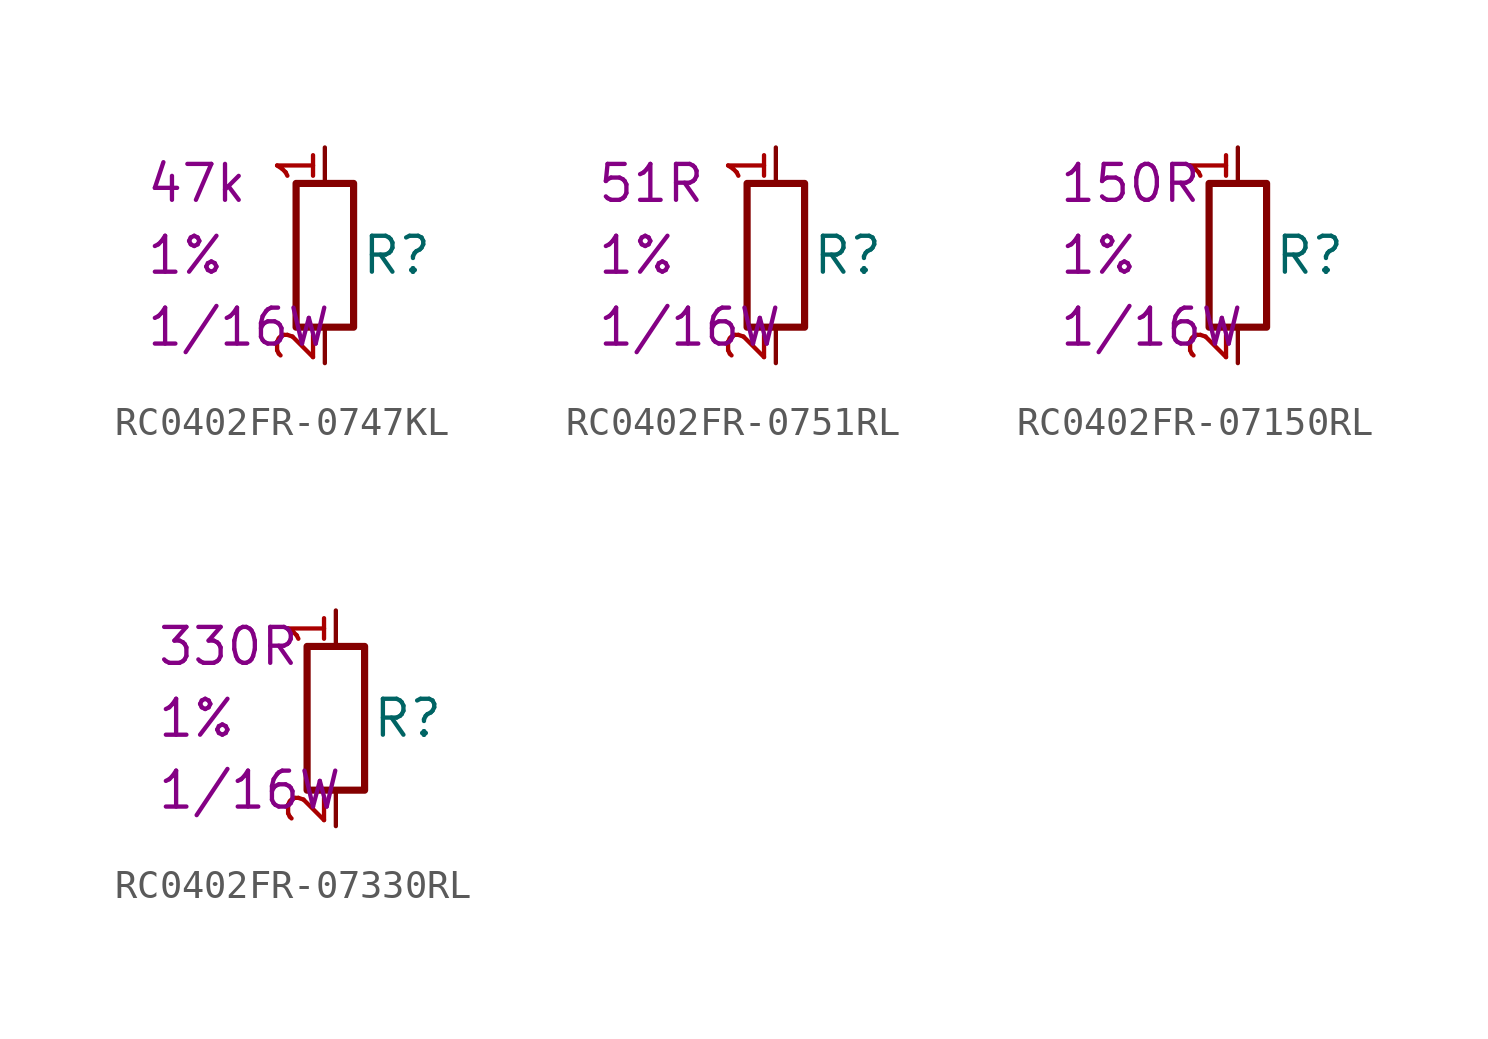
<source format=kicad_sym>
(kicad_symbol_lib
  (version 20231120)
  (generator "kicad_symbol_editor")
  (generator_version "8.0")
  (symbol "RC0402FR-0747KL"
    (property "Reference" "R"
      (at 2.54 0 0)
      (effects (font (size 1.27 1.27))))
    (property "Resistance" "47k"
      (at -6.35 2.54 0)
      (effects (font (size 1.27 1.27)) (justify left)))
    (property "Tolerance" "1%"
      (at -6.35 0 0)
      (effects (font (size 1.27 1.27)) (justify left)))
    (property "Power" "1/16W"
      (at -6.35 -2.54 0)
      (effects (font (size 1.27 1.27)) (justify left)))
    (symbol "RC0402FR-0747KL_0_1"
      (rectangle (start -1.016 -2.54) (end 1.016 2.54) (stroke (width 0.254) (type default)) (fill (type none))))
    (symbol "RC0402FR-0747KL_1_1"
      (pin unspecified line (at 0 3.81 270) (length 1.27) (name "~" (effects (font (size 1.27 1.27)))) (number "1" (effects (font (size 1.27 1.27)))))
      (pin unspecified line (at 0 -3.81 90) (length 1.27) (name "~" (effects (font (size 1.27 1.27)))) (number "2" (effects (font (size 1.27 1.27)))))))
  (symbol "RC0402FR-0751RL"
    (property "Reference" "R"
      (at 2.54 0 0)
      (effects (font (size 1.27 1.27))))
    (property "Resistance" "51R"
      (at -6.35 2.54 0)
      (effects (font (size 1.27 1.27)) (justify left)))
    (property "Tolerance" "1%"
      (at -6.35 0 0)
      (effects (font (size 1.27 1.27)) (justify left)))
    (property "Power" "1/16W"
      (at -6.35 -2.54 0)
      (effects (font (size 1.27 1.27)) (justify left)))
    (symbol "RC0402FR-0751RL_0_1"
      (rectangle (start -1.016 -2.54) (end 1.016 2.54) (stroke (width 0.254) (type default)) (fill (type none))))
    (symbol "RC0402FR-0751RL_1_1"
      (pin unspecified line (at 0 3.81 270) (length 1.27) (name "~" (effects (font (size 1.27 1.27)))) (number "1" (effects (font (size 1.27 1.27)))))
      (pin unspecified line (at 0 -3.81 90) (length 1.27) (name "~" (effects (font (size 1.27 1.27)))) (number "2" (effects (font (size 1.27 1.27)))))))
  (symbol "RC0402FR-07150RL"
    (property "Reference" "R"
      (at 2.54 0 0)
      (effects (font (size 1.27 1.27))))
    (property "Resistance" "150R"
      (at -6.35 2.54 0)
      (effects (font (size 1.27 1.27)) (justify left)))
    (property "Tolerance" "1%"
      (at -6.35 0 0)
      (effects (font (size 1.27 1.27)) (justify left)))
    (property "Power" "1/16W"
      (at -6.35 -2.54 0)
      (effects (font (size 1.27 1.27)) (justify left)))
    (symbol "RC0402FR-07150RL_0_1"
      (rectangle (start -1.016 -2.54) (end 1.016 2.54) (stroke (width 0.254) (type default)) (fill (type none))))
    (symbol "RC0402FR-07150RL_1_1"
      (pin unspecified line (at 0 3.81 270) (length 1.27) (name "~" (effects (font (size 1.27 1.27)))) (number "1" (effects (font (size 1.27 1.27)))))
      (pin unspecified line (at 0 -3.81 90) (length 1.27) (name "~" (effects (font (size 1.27 1.27)))) (number "2" (effects (font (size 1.27 1.27)))))))
  (symbol "RC0402FR-07330RL"
    (property "Reference" "R"
      (at 2.54 0 0)
      (effects (font (size 1.27 1.27))))
    (property "Resistance" "330R"
      (at -6.35 2.54 0)
      (effects (font (size 1.27 1.27)) (justify left)))
    (property "Tolerance" "1%"
      (at -6.35 0 0)
      (effects (font (size 1.27 1.27)) (justify left)))
    (property "Power" "1/16W"
      (at -6.35 -2.54 0)
      (effects (font (size 1.27 1.27)) (justify left)))
    (symbol "RC0402FR-07330RL_0_1"
      (rectangle (start -1.016 -2.54) (end 1.016 2.54) (stroke (width 0.254) (type default)) (fill (type none))))
    (symbol "RC0402FR-07330RL_1_1"
      (pin unspecified line (at 0 3.81 270) (length 1.27) (name "~" (effects (font (size 1.27 1.27)))) (number "1" (effects (font (size 1.27 1.27)))))
      (pin unspecified line (at 0 -3.81 90) (length 1.27) (name "~" (effects (font (size 1.27 1.27)))) (number "2" (effects (font (size 1.27 1.27))))))))
</source>
